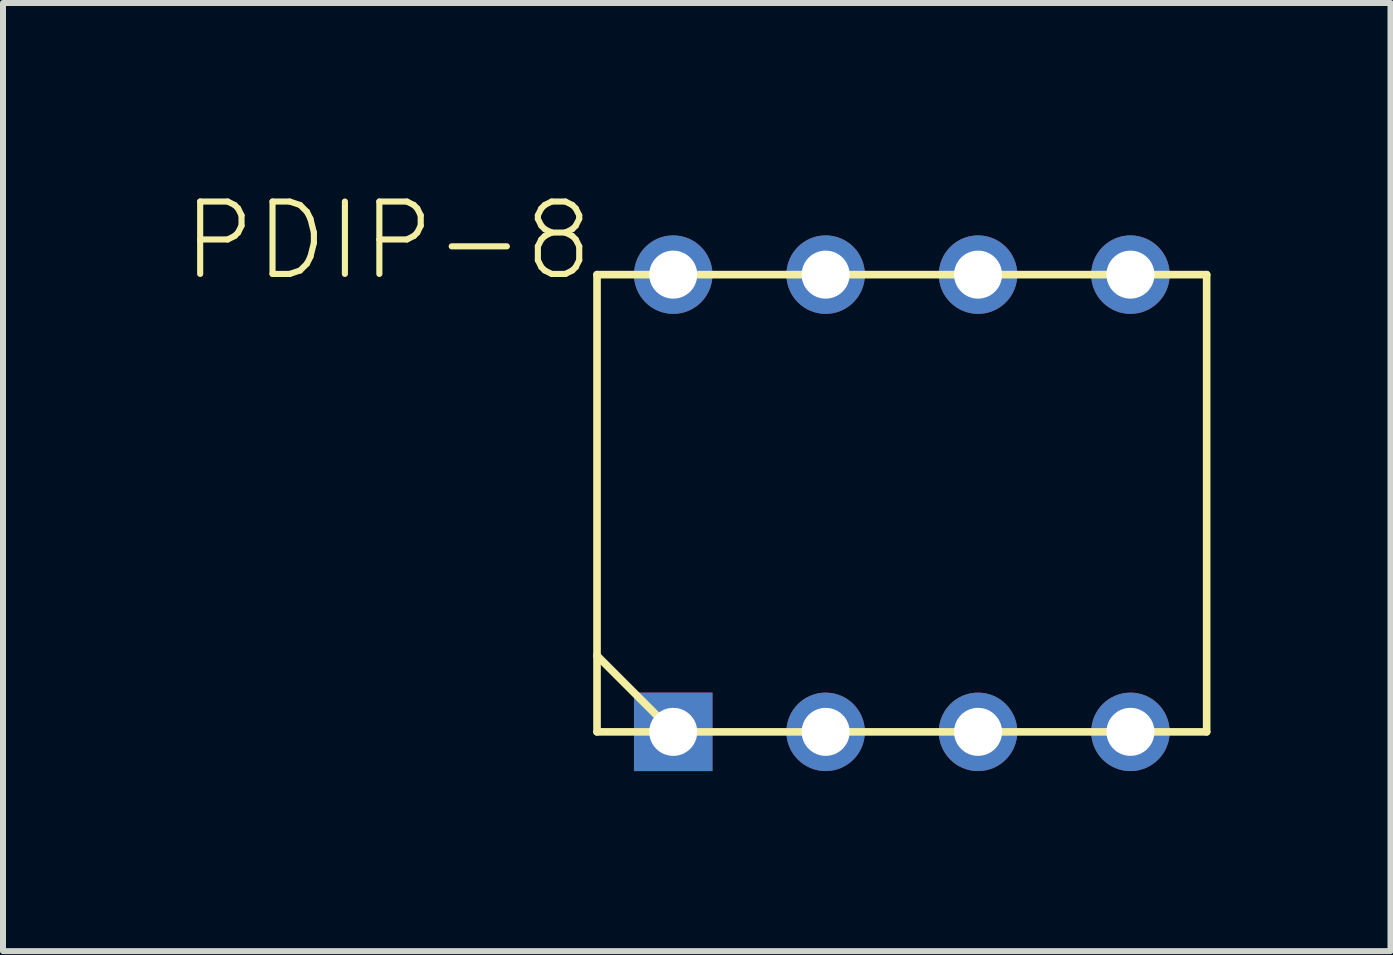
<source format=kicad_pcb>
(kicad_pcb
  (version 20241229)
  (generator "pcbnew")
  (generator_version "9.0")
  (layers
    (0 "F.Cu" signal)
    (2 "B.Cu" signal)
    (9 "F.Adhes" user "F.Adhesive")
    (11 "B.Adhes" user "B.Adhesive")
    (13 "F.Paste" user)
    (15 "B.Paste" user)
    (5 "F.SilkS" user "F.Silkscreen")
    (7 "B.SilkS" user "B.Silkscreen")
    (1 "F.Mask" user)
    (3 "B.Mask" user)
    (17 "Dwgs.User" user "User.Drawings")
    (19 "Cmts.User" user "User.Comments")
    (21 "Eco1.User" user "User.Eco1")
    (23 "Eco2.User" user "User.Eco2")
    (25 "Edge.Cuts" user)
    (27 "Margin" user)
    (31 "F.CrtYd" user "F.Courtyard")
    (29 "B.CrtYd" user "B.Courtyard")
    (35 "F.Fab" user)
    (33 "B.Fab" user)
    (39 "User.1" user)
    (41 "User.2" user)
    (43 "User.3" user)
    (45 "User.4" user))
  (footprint "PDIP-8"
    (layer "F.Cu")
    (at 11.98 5.337)
    (property "Reference" "PDIP-8" (at -5.08 -5.08 0) (layer "F.SilkS") (effects (font (size 1.206 1.206) (thickness 0.102)) (justify right top)))
    (attr through_hole)
    (fp_line (start -5.08 -3.81) (end 5.08 -3.81) (stroke (width 0.127) (type solid)) (layer "F.SilkS"))
    (fp_line (start -5.08 2.54) (end -5.08 -3.81) (stroke (width 0.127) (type solid)) (layer "F.SilkS"))
    (fp_line (start -5.08 2.54) (end -3.81 3.81) (stroke (width 0.127) (type solid)) (layer "F.SilkS"))
    (fp_line (start -5.08 3.81) (end -5.08 2.54) (stroke (width 0.127) (type solid)) (layer "F.SilkS"))
    (fp_line (start -3.81 3.81) (end -5.08 3.81) (stroke (width 0.127) (type solid)) (layer "F.SilkS"))
    (fp_line (start 5.08 -3.81) (end 5.08 3.81) (stroke (width 0.127) (type solid)) (layer "F.SilkS"))
    (fp_line (start 5.08 3.81) (end -3.81 3.81) (stroke (width 0.127) (type solid)) (layer "F.SilkS"))
    (pad "GND$4" thru_hole circle (at 3.81 3.81) (size 1.308 1.308) (drill 0.8) (layers "*.Cu" "*.Mask"))
    (pad "N.C.$1" thru_hole rect (at -3.81 3.81) (size 1.308 1.308) (drill 0.8) (layers "*.Cu" "*.Mask"))
    (pad "N.C.$7" thru_hole circle (at -1.27 -3.81) (size 1.308 1.308) (drill 0.8) (layers "*.Cu" "*.Mask"))
    (pad "N.C.$8" thru_hole circle (at -3.81 -3.81) (size 1.308 1.308) (drill 0.8) (layers "*.Cu" "*.Mask"))
    (pad "NR$3" thru_hole circle (at 1.27 3.81) (size 1.308 1.308) (drill 0.8) (layers "*.Cu" "*.Mask"))
    (pad "TRIM$5" thru_hole circle (at 3.81 -3.81) (size 1.308 1.308) (drill 0.8) (layers "*.Cu" "*.Mask"))
    (pad "V_IN$2" thru_hole circle (at -1.27 3.81) (size 1.308 1.308) (drill 0.8) (layers "*.Cu" "*.Mask"))
    (pad "V_OUT$6" thru_hole circle (at 1.27 -3.81) (size 1.308 1.308) (drill 0.8) (layers "*.Cu" "*.Mask")))
  (gr_rect
    (start -3 -3)
    (end 20.124 12.801)
    (stroke (width 0.1) (type default))
    (fill no)
    (layer "Edge.Cuts")))
</source>
